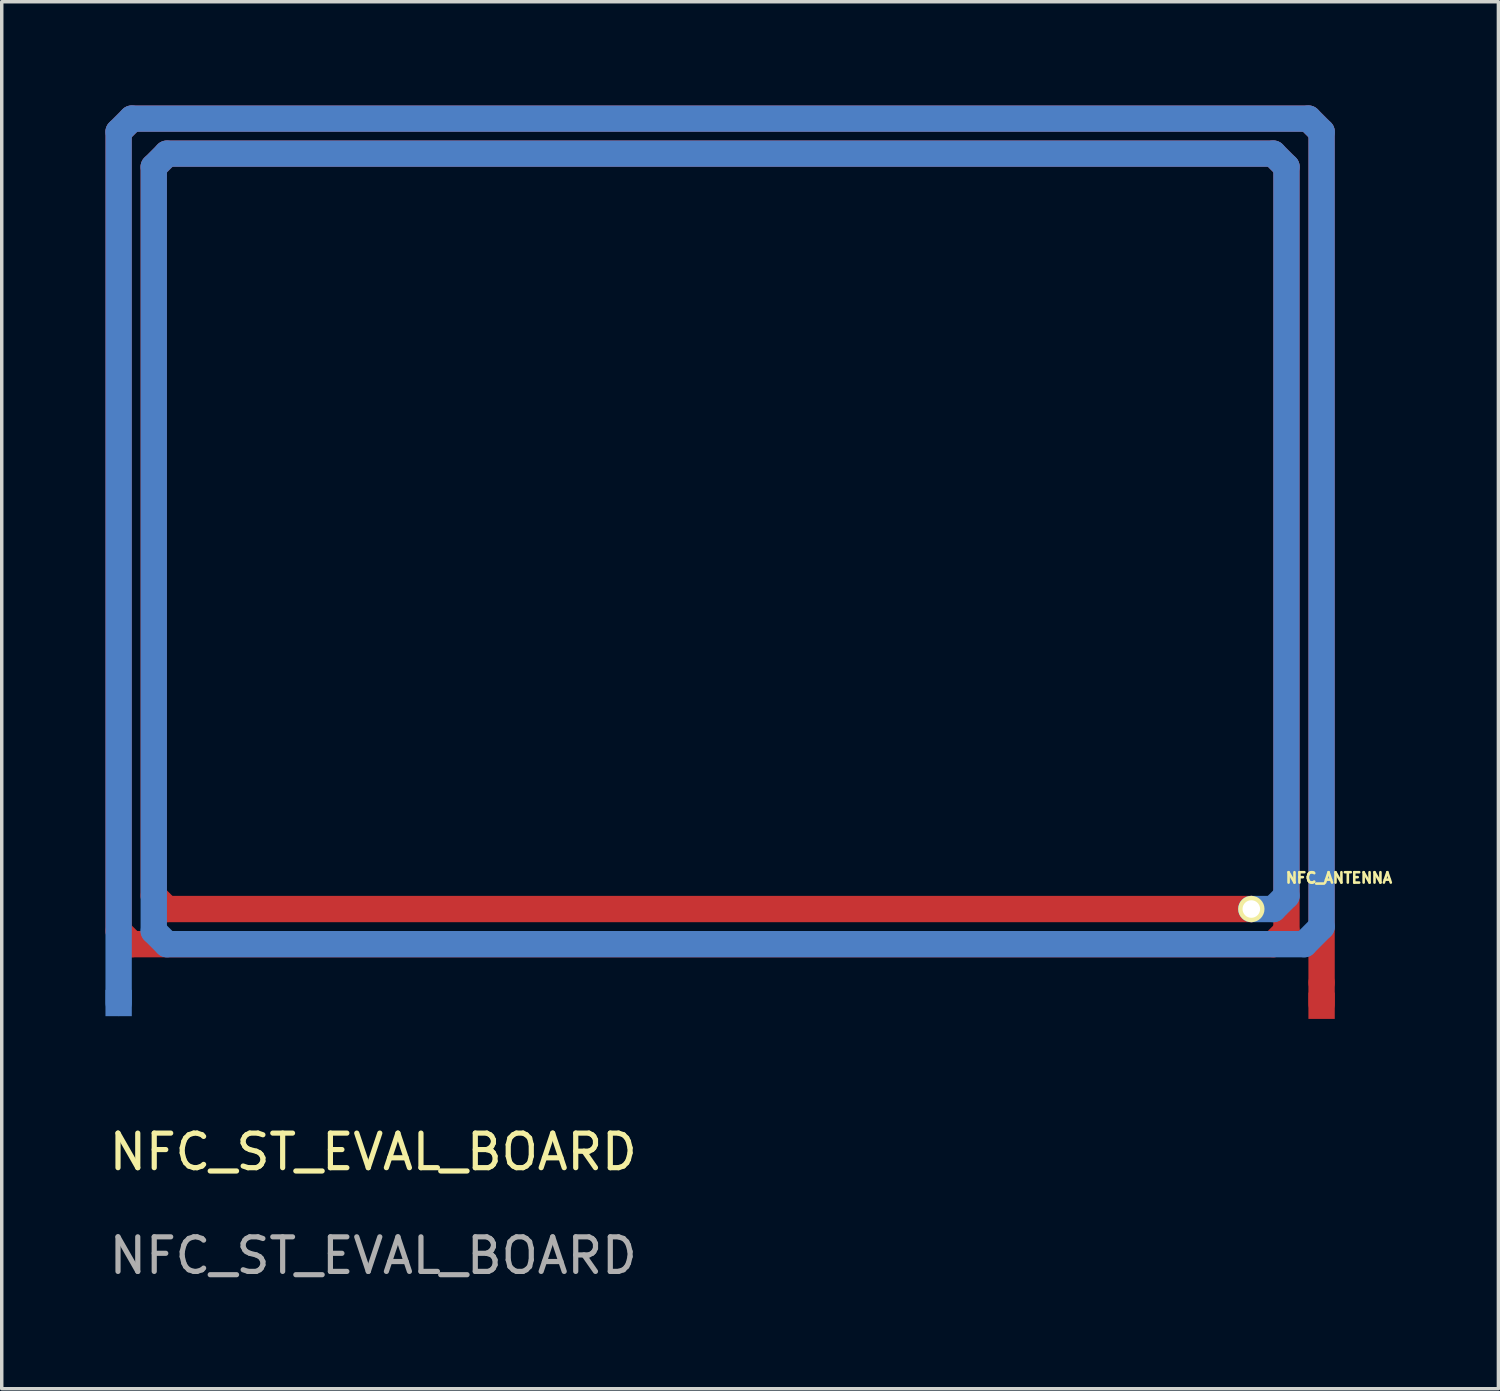
<source format=kicad_pcb>
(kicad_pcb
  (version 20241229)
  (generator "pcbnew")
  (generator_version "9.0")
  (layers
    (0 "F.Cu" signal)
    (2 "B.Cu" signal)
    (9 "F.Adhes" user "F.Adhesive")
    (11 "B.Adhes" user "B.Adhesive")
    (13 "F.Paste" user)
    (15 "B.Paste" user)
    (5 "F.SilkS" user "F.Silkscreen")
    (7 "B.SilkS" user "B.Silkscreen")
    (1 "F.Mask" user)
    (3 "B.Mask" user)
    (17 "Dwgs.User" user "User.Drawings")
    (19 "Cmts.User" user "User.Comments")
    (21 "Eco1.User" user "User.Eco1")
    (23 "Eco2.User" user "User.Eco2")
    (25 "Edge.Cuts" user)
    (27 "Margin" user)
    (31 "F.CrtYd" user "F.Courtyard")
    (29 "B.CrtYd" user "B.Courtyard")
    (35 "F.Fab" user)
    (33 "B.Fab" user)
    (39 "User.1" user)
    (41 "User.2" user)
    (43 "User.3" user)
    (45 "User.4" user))
  (footprint "NFC_ST_EVAL_BOARD"
    (layer "F.Cu")
    (at 7.744 30.767)
    (property "Reference" "NFC_ST_EVAL_BOARD" (at 0 -0.5 0) (unlocked yes) (layer "F.SilkS") (effects (font (size 1 1) (thickness 0.15))))
    (attr smd)
    (fp_text user "${REFERENCE}" (at 0 2.5 0) (unlocked yes) (layer "F.Fab") (effects (font (size 1 1) (thickness 0.15)))))
  (footprint "NFC_ANTENNA"
    (layer "F.Cu")
    (at 33.525 23.241)
    (property "Reference" "NFC_ANTENNA" (at 2.15 -0.9 0) (layer "F.SilkS") (effects (font (size 0.3 0.3) (thickness 0.075))))
    (attr through_hole)
    (fp_line (start -33.144 -22.479) (end -32.763 -22.86) (stroke (width 0.762) (type solid)) (layer "F.Cu"))
    (fp_line (start -33.144 0.635) (end -33.144 -22.479) (stroke (width 0.762) (type solid)) (layer "F.Cu"))
    (fp_line (start -33.144 0.635) (end -32.763 1.016) (stroke (width 0.762) (type solid)) (layer "F.Cu"))
    (fp_line (start -32.763 -22.86) (end 1.267 -22.86) (stroke (width 0.762) (type solid)) (layer "F.Cu"))
    (fp_line (start -32.128 -21.466) (end -32.128 -0.381) (stroke (width 0.762) (type solid)) (layer "F.Cu"))
    (fp_line (start -32.128 -21.463) (end -31.747 -21.844) (stroke (width 0.762) (type solid)) (layer "F.Cu"))
    (fp_line (start -32.128 -0.381) (end -31.747 0) (stroke (width 0.762) (type solid)) (layer "F.Cu"))
    (fp_line (start -31.747 0) (end -0.384 0) (stroke (width 0.762) (type solid)) (layer "F.Cu"))
    (fp_line (start 0.251 -21.847) (end -31.747 -21.847) (stroke (width 0.762) (type solid)) (layer "F.Cu"))
    (fp_line (start 0.251 -21.847) (end 0.632 -21.466) (stroke (width 0.762) (type solid)) (layer "F.Cu"))
    (fp_line (start 0.251 1.016) (end -32.748 1.016) (stroke (width 0.762) (type solid)) (layer "F.Cu"))
    (fp_line (start 0.251 1.016) (end 0.632 0.635) (stroke (width 0.762) (type solid)) (layer "F.Cu"))
    (fp_line (start 0.632 0.635) (end 0.632 -21.466) (stroke (width 0.762) (type solid)) (layer "F.Cu"))
    (fp_line (start 1.267 -22.86) (end 1.648 -22.479) (stroke (width 0.762) (type solid)) (layer "F.Cu"))
    (fp_line (start 1.648 -22.479) (end 1.648 2.131) (stroke (width 0.762) (type solid)) (layer "F.Cu"))
    (fp_line (start 1.648 2.129) (end 1.648 2.746) (stroke (width 0.762) (type solid)) (layer "F.Cu"))
    (fp_line (start -33.144 -22.479) (end -33.144 2.715) (stroke (width 0.762) (type solid)) (layer "B.Cu"))
    (fp_line (start -33.144 -22.479) (end -32.763 -22.86) (stroke (width 0.762) (type solid)) (layer "B.Cu"))
    (fp_line (start -32.128 -21.463) (end -31.747 -21.844) (stroke (width 0.762) (type solid)) (layer "B.Cu"))
    (fp_line (start -32.128 0.635) (end -32.128 -21.463) (stroke (width 0.762) (type solid)) (layer "B.Cu"))
    (fp_line (start -32.128 0.635) (end -31.747 1.016) (stroke (width 0.762) (type solid)) (layer "B.Cu"))
    (fp_line (start -31.747 -21.847) (end 0.254 -21.847) (stroke (width 0.762) (type solid)) (layer "B.Cu"))
    (fp_line (start 0.251 -21.847) (end 0.632 -21.466) (stroke (width 0.762) (type solid)) (layer "B.Cu"))
    (fp_line (start 0.251 0) (end -0.384 0) (stroke (width 0.762) (type solid)) (layer "B.Cu"))
    (fp_line (start 0.251 0) (end 0.632 -0.381) (stroke (width 0.762) (type solid)) (layer "B.Cu"))
    (fp_line (start 0.632 -21.466) (end 0.632 -0.381) (stroke (width 0.762) (type solid)) (layer "B.Cu"))
    (fp_line (start 1.146 1.016) (end -31.747 1.016) (stroke (width 0.762) (type solid)) (layer "B.Cu"))
    (fp_line (start 1.146 1.016) (end 1.648 0.513) (stroke (width 0.762) (type solid)) (layer "B.Cu"))
    (fp_line (start 1.267 -22.86) (end -32.763 -22.86) (stroke (width 0.762) (type solid)) (layer "B.Cu"))
    (fp_line (start 1.267 -22.86) (end 1.648 -22.479) (stroke (width 0.762) (type solid)) (layer "B.Cu"))
    (fp_line (start 1.648 0.513) (end 1.648 -22.479) (stroke (width 0.762) (type solid)) (layer "B.Cu"))
    (pad "" thru_hole circle (at -0.384 0) (size 0.762 0.762) (drill 0.508) (layers "*.Cu" "*.Mask" "F.SilkS"))
    (pad "1" smd rect (at 1.648 2.797) (size 0.762 0.762) (layers "F.Cu"))
    (pad "2" smd rect (at -33.144 2.718) (size 0.762 0.762) (layers "B.Cu")))
  (gr_rect
    (start -3 -3)
    (end 40.287 37.115)
    (stroke (width 0.1) (type default))
    (fill no)
    (layer "Edge.Cuts")))
</source>
